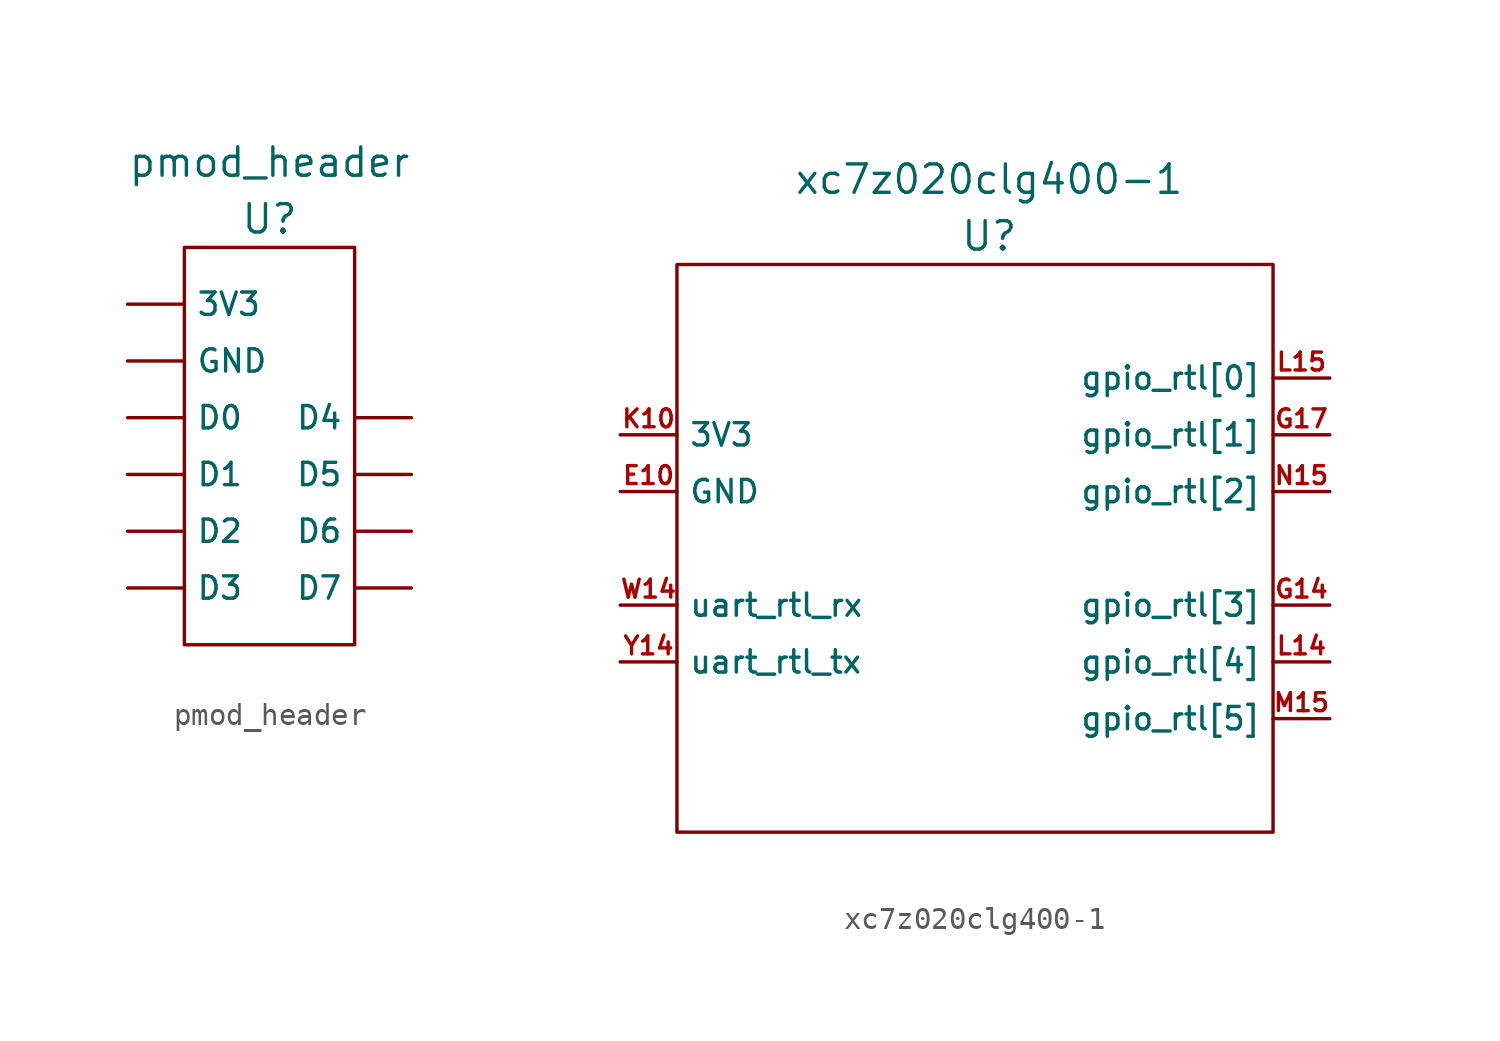
<source format=kicad_sym>
(kicad_symbol_lib
  (version 20211014)
  (generator kicad_symbol_editor)
  (symbol "pmod_header"
    (property "Reference" "U"
      (at 0 10.16 0)
      (effects (font (size 1.27 1.27))))
    (property "Value" "pmod_header"
      (at 0 12.7 0)
      (effects (font (size 1.27 1.27))))
    (symbol "pmod_header_0_1"
      (rectangle (start -3.81 8.89) (end 3.81 -8.89) (stroke (width 0) (type default) (color 0 0 0 0)) (fill (type none))))
    (symbol "pmod_header_1_1"
      (pin unspecified line (at -6.35 6.35 0) (length 2.54) (name "3V3" (effects (font (size 1 1)))) (number "" (effects (font (size 0.8 0.8)))))
      (pin bidirectional line (at -6.35 1.27 0) (length 2.54) (name "D0" (effects (font (size 1 1)))) (number "" (effects (font (size 0.8 0.8)))))
      (pin bidirectional line (at -6.35 -1.27 0) (length 2.54) (name "D1" (effects (font (size 1 1)))) (number "" (effects (font (size 0.8 0.8)))))
      (pin bidirectional line (at -6.35 -3.81 0) (length 2.54) (name "D2" (effects (font (size 1 1)))) (number "" (effects (font (size 0.8 0.8)))))
      (pin bidirectional line (at -6.35 -6.35 0) (length 2.54) (name "D3" (effects (font (size 1 1)))) (number "" (effects (font (size 0.8 0.8)))))
      (pin bidirectional line (at 6.35 1.27 180) (length 2.54) (name "D4" (effects (font (size 1 1)))) (number "" (effects (font (size 0.8 0.8)))))
      (pin bidirectional line (at 6.35 -1.27 180) (length 2.54) (name "D5" (effects (font (size 1 1)))) (number "" (effects (font (size 0.8 0.8)))))
      (pin bidirectional line (at 6.35 -3.81 180) (length 2.54) (name "D6" (effects (font (size 1 1)))) (number "" (effects (font (size 0.8 0.8)))))
      (pin bidirectional line (at 6.35 -6.35 180) (length 2.54) (name "D7" (effects (font (size 1 1)))) (number "" (effects (font (size 0.8 0.8)))))
      (pin unspecified line (at -6.35 3.81 0) (length 2.54) (name "GND" (effects (font (size 1 1)))) (number "" (effects (font (size 0.8 0.8)))))))
  (symbol "xc7z020clg400-1"
    (property "Reference" "U"
      (at 0 13.97 0)
      (effects (font (size 1.27 1.27))))
    (property "Value" "xc7z020clg400-1"
      (at 0 16.51 0)
      (effects (font (size 1.27 1.27))))
    (symbol "xc7z020clg400-1_0_1"
      (rectangle (start -13.97 12.7) (end 12.7 -12.7) (stroke (width 0) (type default) (color 0 0 0 0)) (fill (type none))))
    (symbol "xc7z020clg400-1_1_1"
      (pin power_in line (at -16.51 2.54 0) (length 2.54) (name "GND" (effects (font (size 1 1)))) (number "E10" (effects (font (size 0.8 0.8)))))
      (pin output line (at 15.24 -2.54 180) (length 2.54) (name "gpio_rtl[3]" (effects (font (size 1 1)))) (number "G14" (effects (font (size 0.8 0.8)))))
      (pin output line (at 15.24 5.08 180) (length 2.54) (name "gpio_rtl[1]" (effects (font (size 1 1)))) (number "G17" (effects (font (size 0.8 0.8)))))
      (pin power_in line (at -16.51 5.08 0) (length 2.54) (name "3V3" (effects (font (size 1 1)))) (number "K10" (effects (font (size 0.8 0.8)))))
      (pin output line (at 15.24 -5.08 180) (length 2.54) (name "gpio_rtl[4]" (effects (font (size 1 1)))) (number "L14" (effects (font (size 0.8 0.8)))))
      (pin output line (at 15.24 7.62 180) (length 2.54) (name "gpio_rtl[0]" (effects (font (size 1 1)))) (number "L15" (effects (font (size 0.8 0.8)))))
      (pin output line (at 15.24 -7.62 180) (length 2.54) (name "gpio_rtl[5]" (effects (font (size 1 1)))) (number "M15" (effects (font (size 0.8 0.8)))))
      (pin output line (at 15.24 2.54 180) (length 2.54) (name "gpio_rtl[2]" (effects (font (size 1 1)))) (number "N15" (effects (font (size 0.8 0.8)))))
      (pin input line (at -16.51 -2.54 0) (length 2.54) (name "uart_rtl_rx" (effects (font (size 1 1)))) (number "W14" (effects (font (size 0.8 0.8)))))
      (pin output line (at -16.51 -5.08 0) (length 2.54) (name "uart_rtl_tx" (effects (font (size 1 1)))) (number "Y14" (effects (font (size 0.8 0.8))))))))
</source>
